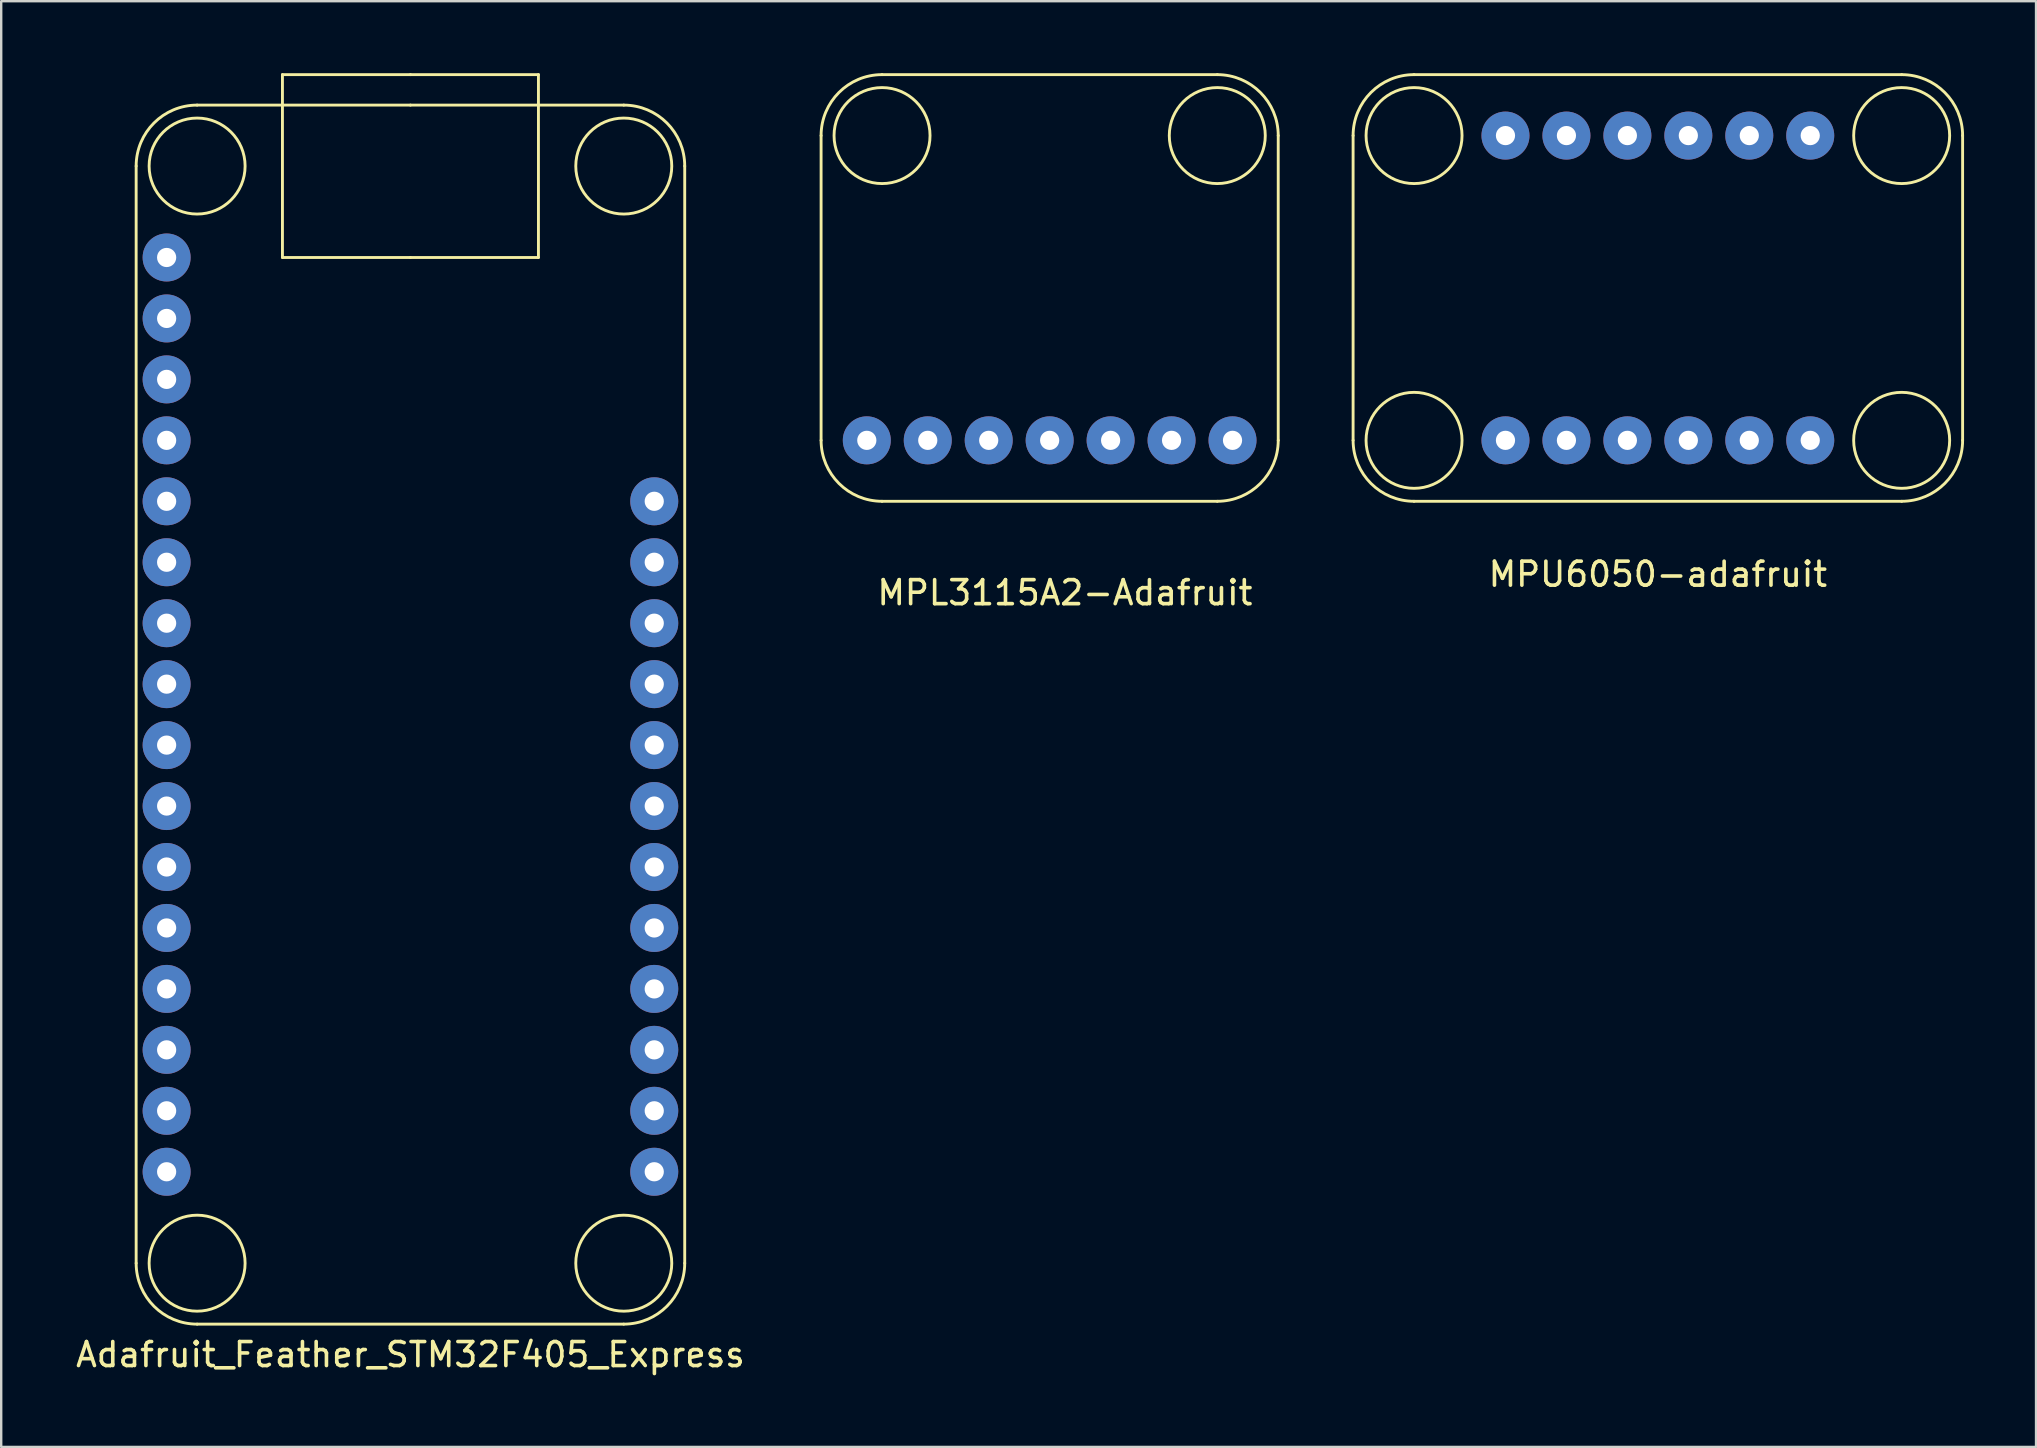
<source format=kicad_pcb>
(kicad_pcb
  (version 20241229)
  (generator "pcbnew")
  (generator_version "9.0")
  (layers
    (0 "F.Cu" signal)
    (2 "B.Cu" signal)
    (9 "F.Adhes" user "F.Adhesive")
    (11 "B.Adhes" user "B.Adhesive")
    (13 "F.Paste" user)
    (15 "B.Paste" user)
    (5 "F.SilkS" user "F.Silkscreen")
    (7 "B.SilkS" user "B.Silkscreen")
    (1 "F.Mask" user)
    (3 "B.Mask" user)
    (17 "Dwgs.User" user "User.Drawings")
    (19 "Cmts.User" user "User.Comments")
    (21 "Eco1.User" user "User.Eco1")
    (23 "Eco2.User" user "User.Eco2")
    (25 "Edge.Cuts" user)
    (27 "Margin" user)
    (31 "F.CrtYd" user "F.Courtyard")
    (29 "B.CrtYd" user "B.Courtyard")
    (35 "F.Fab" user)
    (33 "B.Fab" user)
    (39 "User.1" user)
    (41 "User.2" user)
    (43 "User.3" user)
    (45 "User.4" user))
  (footprint "MPU6050-adafruit"
    (layer "F.Cu")
    (at 66.037 10.22)
    (property "Reference" "MPU6050-adafruit" (at 0 10.66 0) (layer "F.SilkS") (effects (font (size 1 1) (thickness 0.15))))
    (attr through_hole)
    (fp_line (start -12.7 -7.62) (end -12.7 5.08) (stroke (width 0.12) (type solid)) (layer "F.SilkS"))
    (fp_line (start -10.16 7.62) (end 10.16 7.62) (stroke (width 0.12) (type solid)) (layer "F.SilkS"))
    (fp_line (start 10.16 -10.16) (end -10.16 -10.16) (stroke (width 0.12) (type solid)) (layer "F.SilkS"))
    (fp_line (start 12.7 5.08) (end 12.7 -7.62) (stroke (width 0.12) (type solid)) (layer "F.SilkS"))
    (fp_arc (start -12.7 -7.62) (mid -11.956051 -9.416051) (end -10.16 -10.16) (stroke (width 0.12) (type solid)) (layer "F.SilkS"))
    (fp_arc (start -10.16 7.62) (mid -11.956051 6.876051) (end -12.7 5.08) (stroke (width 0.12) (type solid)) (layer "F.SilkS"))
    (fp_arc (start 10.16 -10.16) (mid 11.956051 -9.416051) (end 12.7 -7.62) (stroke (width 0.12) (type solid)) (layer "F.SilkS"))
    (fp_arc (start 12.7 5.08) (mid 11.956051 6.876051) (end 10.16 7.62) (stroke (width 0.12) (type solid)) (layer "F.SilkS"))
    (fp_circle (center -10.16 -7.62) (end -8.16 -7.62) (stroke (width 0.12) (type solid)) (fill no) (layer "F.SilkS"))
    (fp_circle (center -10.16 5.08) (end -8.16 5.08) (stroke (width 0.12) (type solid)) (fill no) (layer "F.SilkS"))
    (fp_circle (center 10.16 -7.62) (end 12.16 -7.62) (stroke (width 0.12) (type solid)) (fill no) (layer "F.SilkS"))
    (fp_circle (center 10.16 5.08) (end 12.16 5.08) (stroke (width 0.12) (type solid)) (fill no) (layer "F.SilkS"))
    (pad "1" thru_hole circle (at -6.35 5.08) (size 2 2) (drill 0.8) (layers "*.Cu" "*.Mask"))
    (pad "2" thru_hole circle (at -3.81 5.08) (size 2 2) (drill 0.8) (layers "*.Cu" "*.Mask"))
    (pad "3" thru_hole circle (at -1.27 5.08) (size 2 2) (drill 0.8) (layers "*.Cu" "*.Mask"))
    (pad "4" thru_hole circle (at 1.27 5.08) (size 2 2) (drill 0.8) (layers "*.Cu" "*.Mask"))
    (pad "5" thru_hole circle (at 3.81 5.08) (size 2 2) (drill 0.8) (layers "*.Cu" "*.Mask"))
    (pad "6" thru_hole circle (at 6.35 5.08) (size 2 2) (drill 0.8) (layers "*.Cu" "*.Mask"))
    (pad "7" thru_hole circle (at 6.35 -7.62) (size 2 2) (drill 0.8) (layers "*.Cu" "*.Mask"))
    (pad "8" thru_hole circle (at 3.81 -7.62) (size 2 2) (drill 0.8) (layers "*.Cu" "*.Mask"))
    (pad "9" thru_hole circle (at 1.27 -7.62) (size 2 2) (drill 0.8) (layers "*.Cu" "*.Mask"))
    (pad "10" thru_hole circle (at -1.27 -7.62) (size 2 2) (drill 0.8) (layers "*.Cu" "*.Mask"))
    (pad "11" thru_hole circle (at -3.81 -7.62) (size 2 2) (drill 0.8) (layers "*.Cu" "*.Mask"))
    (pad "12" thru_hole circle (at -6.35 -7.62) (size 2 2) (drill 0.8) (layers "*.Cu" "*.Mask")))
  (footprint "Adafruit_Feather_STM32F405_Express"
    (layer "F.Cu")
    (at 14.054 48.32)
    (property "Reference" "Adafruit_Feather_STM32F405_Express" (at 0 5.08 0) (layer "F.SilkS") (effects (font (size 1 1) (thickness 0.15))))
    (attr through_hole)
    (fp_line (start -11.43 -44.45) (end -11.43 1.27) (stroke (width 0.12) (type solid)) (layer "F.SilkS"))
    (fp_line (start -8.89 3.81) (end 8.89 3.81) (stroke (width 0.12) (type solid)) (layer "F.SilkS"))
    (fp_line (start -5.334 -48.26) (end 0 -48.26) (stroke (width 0.12) (type solid)) (layer "F.SilkS"))
    (fp_line (start -5.334 -40.64) (end -5.334 -48.26) (stroke (width 0.12) (type solid)) (layer "F.SilkS"))
    (fp_line (start 0 -48.26) (end 5.334 -48.26) (stroke (width 0.12) (type solid)) (layer "F.SilkS"))
    (fp_line (start 0 -46.99) (end -8.89 -46.99) (stroke (width 0.12) (type solid)) (layer "F.SilkS"))
    (fp_line (start 0 -46.99) (end 8.89 -46.99) (stroke (width 0.12) (type solid)) (layer "F.SilkS"))
    (fp_line (start 0 -40.64) (end -5.334 -40.64) (stroke (width 0.12) (type solid)) (layer "F.SilkS"))
    (fp_line (start 5.334 -48.26) (end 5.334 -40.64) (stroke (width 0.12) (type solid)) (layer "F.SilkS"))
    (fp_line (start 5.334 -40.64) (end 0 -40.64) (stroke (width 0.12) (type solid)) (layer "F.SilkS"))
    (fp_line (start 11.43 -44.45) (end 11.43 1.27) (stroke (width 0.12) (type solid)) (layer "F.SilkS"))
    (fp_arc (start -11.43 -44.45) (mid -10.686051 -46.246051) (end -8.89 -46.99) (stroke (width 0.12) (type solid)) (layer "F.SilkS"))
    (fp_arc (start -8.89 3.81) (mid -10.686051 3.066051) (end -11.43 1.27) (stroke (width 0.12) (type solid)) (layer "F.SilkS"))
    (fp_arc (start 8.89 -46.99) (mid 10.686051 -46.246051) (end 11.43 -44.45) (stroke (width 0.12) (type solid)) (layer "F.SilkS"))
    (fp_arc (start 11.43 1.27) (mid 10.686051 3.066051) (end 8.89 3.81) (stroke (width 0.12) (type solid)) (layer "F.SilkS"))
    (fp_circle (center -8.89 -44.45) (end -6.89 -44.45) (stroke (width 0.12) (type solid)) (fill no) (layer "F.SilkS"))
    (fp_circle (center -8.89 1.27) (end -6.89 1.27) (stroke (width 0.12) (type solid)) (fill no) (layer "F.SilkS"))
    (fp_circle (center 8.89 -44.45) (end 10.89 -44.45) (stroke (width 0.12) (type solid)) (fill no) (layer "F.SilkS"))
    (fp_circle (center 8.89 1.27) (end 10.89 1.27) (stroke (width 0.12) (type solid)) (fill no) (layer "F.SilkS"))
    (pad "1" thru_hole circle (at -10.16 -40.64) (size 2 2) (drill 0.8) (layers "*.Cu" "*.Mask"))
    (pad "2" thru_hole circle (at -10.16 -38.1) (size 2 2) (drill 0.8) (layers "*.Cu" "*.Mask"))
    (pad "3" thru_hole circle (at -10.16 -35.56) (size 2 2) (drill 0.8) (layers "*.Cu" "*.Mask"))
    (pad "4" thru_hole circle (at -10.16 -33.02) (size 2 2) (drill 0.8) (layers "*.Cu" "*.Mask"))
    (pad "5" thru_hole circle (at -10.16 -30.48) (size 2 2) (drill 0.8) (layers "*.Cu" "*.Mask"))
    (pad "6" thru_hole circle (at -10.16 -27.94) (size 2 2) (drill 0.8) (layers "*.Cu" "*.Mask"))
    (pad "7" thru_hole circle (at -10.16 -25.4) (size 2 2) (drill 0.8) (layers "*.Cu" "*.Mask"))
    (pad "8" thru_hole circle (at -10.16 -22.86) (size 2 2) (drill 0.8) (layers "*.Cu" "*.Mask"))
    (pad "9" thru_hole circle (at -10.16 -20.32) (size 2 2) (drill 0.8) (layers "*.Cu" "*.Mask"))
    (pad "10" thru_hole circle (at -10.16 -17.78) (size 2 2) (drill 0.8) (layers "*.Cu" "*.Mask"))
    (pad "11" thru_hole circle (at -10.16 -15.24) (size 2 2) (drill 0.8) (layers "*.Cu" "*.Mask"))
    (pad "12" thru_hole circle (at -10.16 -12.7) (size 2 2) (drill 0.8) (layers "*.Cu" "*.Mask"))
    (pad "13" thru_hole circle (at -10.16 -10.16) (size 2 2) (drill 0.8) (layers "*.Cu" "*.Mask"))
    (pad "14" thru_hole circle (at -10.16 -7.62) (size 2 2) (drill 0.8) (layers "*.Cu" "*.Mask"))
    (pad "15" thru_hole circle (at -10.16 -5.08) (size 2 2) (drill 0.8) (layers "*.Cu" "*.Mask"))
    (pad "16" thru_hole circle (at -10.16 -2.54) (size 2 2) (drill 0.8) (layers "*.Cu" "*.Mask"))
    (pad "17" thru_hole circle (at 10.16 -2.54) (size 2 2) (drill 0.8) (layers "*.Cu" "*.Mask"))
    (pad "18" thru_hole circle (at 10.16 -5.08) (size 2 2) (drill 0.8) (layers "*.Cu" "*.Mask"))
    (pad "19" thru_hole circle (at 10.16 -7.62) (size 2 2) (drill 0.8) (layers "*.Cu" "*.Mask"))
    (pad "20" thru_hole circle (at 10.16 -10.16) (size 2 2) (drill 0.8) (layers "*.Cu" "*.Mask"))
    (pad "21" thru_hole circle (at 10.16 -12.7) (size 2 2) (drill 0.8) (layers "*.Cu" "*.Mask"))
    (pad "22" thru_hole circle (at 10.16 -15.24) (size 2 2) (drill 0.8) (layers "*.Cu" "*.Mask"))
    (pad "23" thru_hole circle (at 10.16 -17.78) (size 2 2) (drill 0.8) (layers "*.Cu" "*.Mask"))
    (pad "24" thru_hole circle (at 10.16 -20.32) (size 2 2) (drill 0.8) (layers "*.Cu" "*.Mask"))
    (pad "25" thru_hole circle (at 10.16 -22.86) (size 2 2) (drill 0.8) (layers "*.Cu" "*.Mask"))
    (pad "26" thru_hole circle (at 10.16 -25.4) (size 2 2) (drill 0.8) (layers "*.Cu" "*.Mask"))
    (pad "27" thru_hole circle (at 10.16 -27.94) (size 2 2) (drill 0.8) (layers "*.Cu" "*.Mask"))
    (pad "28" thru_hole circle (at 10.16 -30.48) (size 2 2) (drill 0.8) (layers "*.Cu" "*.Mask")))
  (footprint "MPL3115A2-Adafruit"
    (layer "F.Cu")
    (at 41.327 7.68)
    (property "Reference" "MPL3115A2-Adafruit" (at 0 13.97 0) (layer "F.SilkS") (effects (font (size 1 1) (thickness 0.15))))
    (attr through_hole)
    (fp_line (start -10.16 7.62) (end -10.16 -5.08) (stroke (width 0.12) (type solid)) (layer "F.SilkS"))
    (fp_line (start -7.62 -7.62) (end 6.35 -7.62) (stroke (width 0.12) (type solid)) (layer "F.SilkS"))
    (fp_line (start 6.35 10.16) (end -7.62 10.16) (stroke (width 0.12) (type solid)) (layer "F.SilkS"))
    (fp_line (start 8.89 -5.08) (end 8.89 7.62) (stroke (width 0.12) (type solid)) (layer "F.SilkS"))
    (fp_arc (start -10.16 -5.08) (mid -9.416051 -6.876051) (end -7.62 -7.62) (stroke (width 0.12) (type solid)) (layer "F.SilkS"))
    (fp_arc (start -7.62 10.16) (mid -9.416051 9.416051) (end -10.16 7.62) (stroke (width 0.12) (type solid)) (layer "F.SilkS"))
    (fp_arc (start 6.35 -7.62) (mid 8.146051 -6.876051) (end 8.89 -5.08) (stroke (width 0.12) (type solid)) (layer "F.SilkS"))
    (fp_arc (start 8.89 7.62) (mid 8.146051 9.416051) (end 6.35 10.16) (stroke (width 0.12) (type solid)) (layer "F.SilkS"))
    (fp_circle (center -7.62 -5.08) (end -5.62 -5.08) (stroke (width 0.12) (type solid)) (fill no) (layer "F.SilkS"))
    (fp_circle (center 6.35 -5.08) (end 8.35 -5.08) (stroke (width 0.12) (type solid)) (fill no) (layer "F.SilkS"))
    (pad "1" thru_hole circle (at -8.255 7.62) (size 2 2) (drill 0.8) (layers "*.Cu" "*.Mask"))
    (pad "2" thru_hole circle (at -5.715 7.62) (size 2 2) (drill 0.8) (layers "*.Cu" "*.Mask"))
    (pad "3" thru_hole circle (at -3.175 7.62) (size 2 2) (drill 0.8) (layers "*.Cu" "*.Mask"))
    (pad "4" thru_hole circle (at -0.635 7.62) (size 2 2) (drill 0.8) (layers "*.Cu" "*.Mask"))
    (pad "5" thru_hole circle (at 1.905 7.62) (size 2 2) (drill 0.8) (layers "*.Cu" "*.Mask"))
    (pad "6" thru_hole circle (at 4.445 7.62) (size 2 2) (drill 0.8) (layers "*.Cu" "*.Mask"))
    (pad "7" thru_hole circle (at 6.985 7.62) (size 2 2) (drill 0.8) (layers "*.Cu" "*.Mask")))
  (gr_rect
    (start -3 -3)
    (end 81.797 57.248)
    (stroke (width 0.1) (type default))
    (fill no)
    (layer "Edge.Cuts")))
</source>
